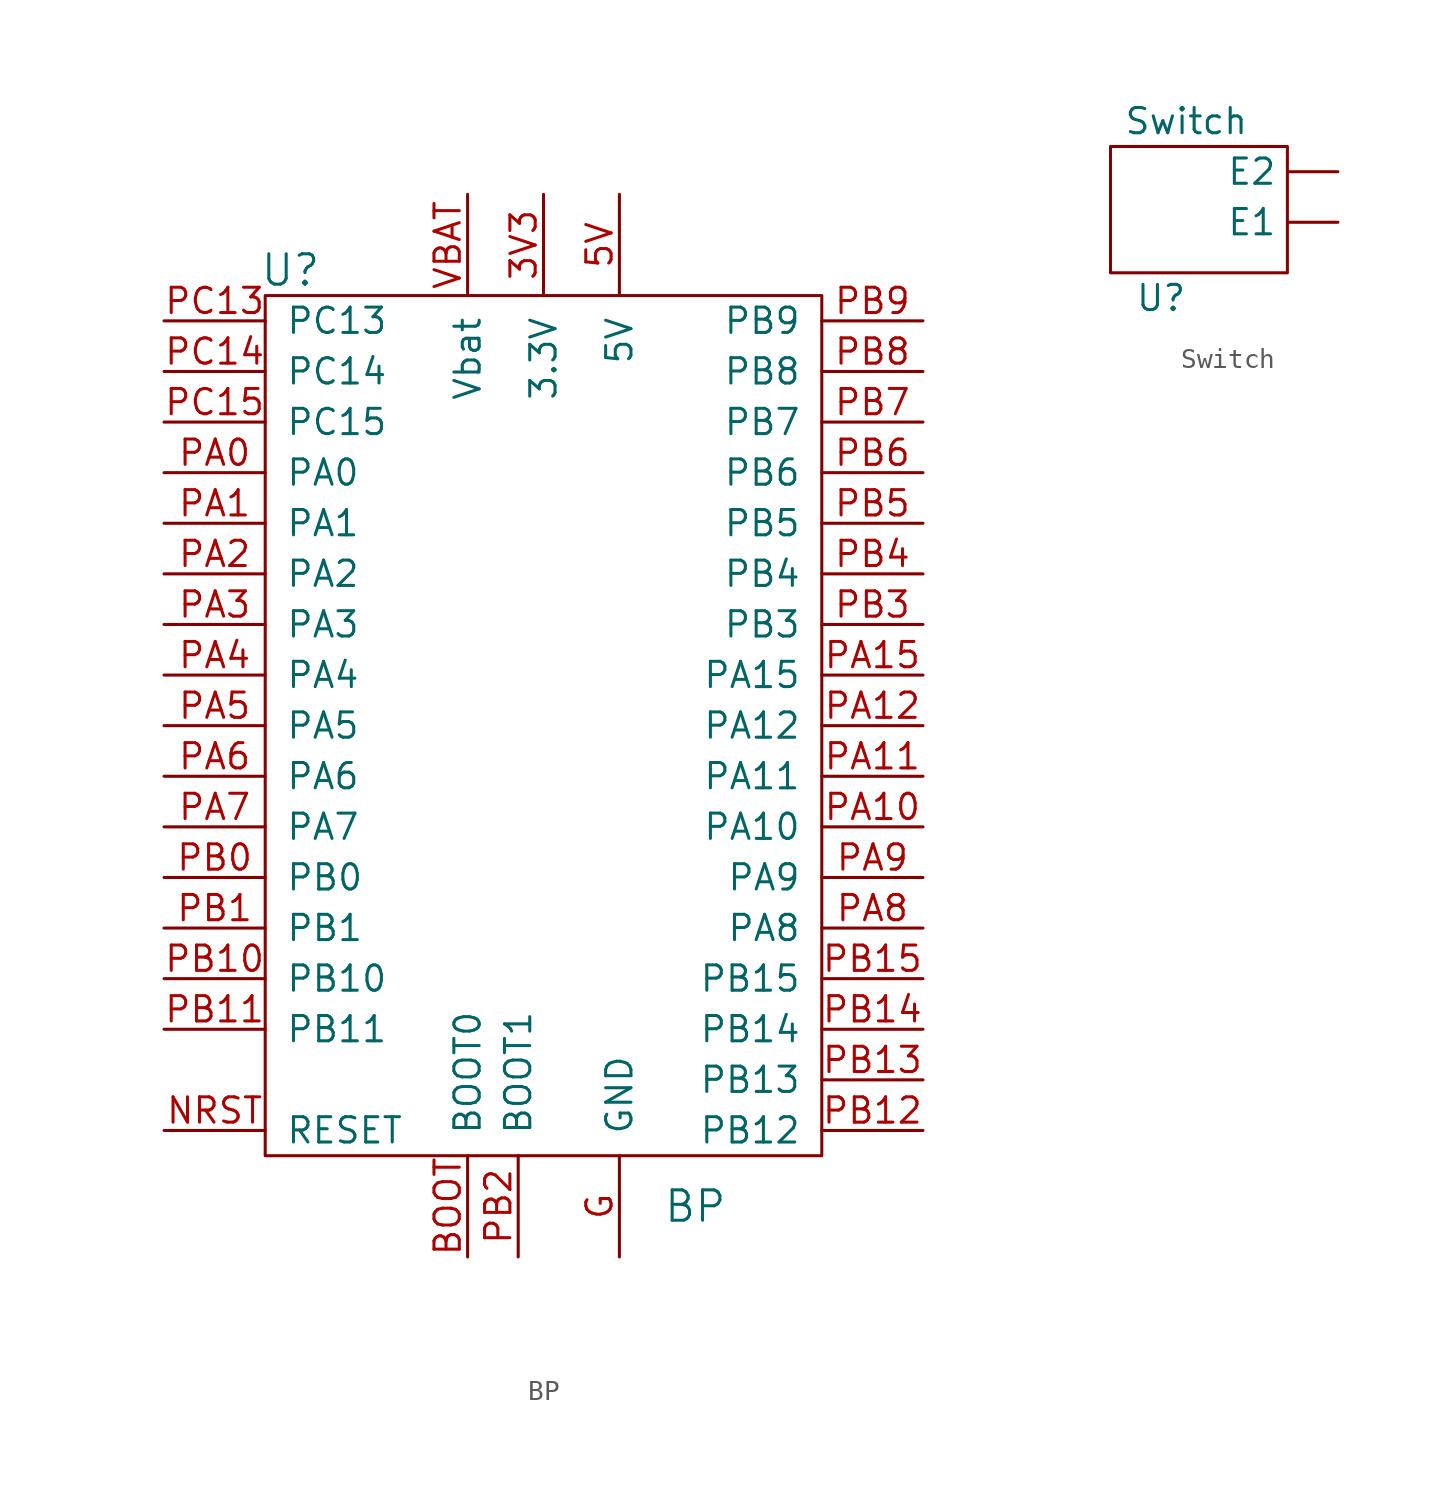
<source format=kicad_sym>
(kicad_symbol_lib
  (version 20211014)
  (generator kicad_symbol_editor)
  (symbol "BP"
    (pin_names
      (offset 1.016))
    (property "Reference" "U"
      (at -12.7 22.86 0)
      (effects (font (size 1.524 1.524))))
    (property "Value" "BP"
      (at 7.62 -24.13 0)
      (effects (font (size 1.524 1.524))))
    (symbol "BP_0_1"
      (rectangle (start -13.97 21.59) (end 13.97 -21.59) (stroke (width 0) (type default) (color 0 0 0 0)) (fill (type none))))
    (symbol "BP_1_1"
      (pin power_out line (at 0 26.67 270) (length 5.08) (name "3.3V" (effects (font (size 1.27 1.27)))) (number "3V3" (effects (font (size 1.27 1.27)))))
      (pin power_out line (at 3.81 26.67 270) (length 5.08) (name "5V" (effects (font (size 1.27 1.27)))) (number "5V" (effects (font (size 1.27 1.27)))))
      (pin input line (at -3.81 -26.67 90) (length 5.08) (name "BOOT0" (effects (font (size 1.27 1.27)))) (number "BOOT" (effects (font (size 1.27 1.27)))))
      (pin power_out line (at 3.81 -26.67 90) (length 5.08) (name "GND" (effects (font (size 1.27 1.27)))) (number "G" (effects (font (size 1.27 1.27)))))
      (pin input line (at -19.05 -20.32 0) (length 5.08) (name "RESET" (effects (font (size 1.27 1.27)))) (number "NRST" (effects (font (size 1.27 1.27)))))
      (pin bidirectional line (at -19.05 12.7 0) (length 5.08) (name "PA0" (effects (font (size 1.27 1.27)))) (number "PA0" (effects (font (size 1.27 1.27)))))
      (pin bidirectional line (at -19.05 10.16 0) (length 5.08) (name "PA1" (effects (font (size 1.27 1.27)))) (number "PA1" (effects (font (size 1.27 1.27)))))
      (pin bidirectional line (at 19.05 -5.08 180) (length 5.08) (name "PA10" (effects (font (size 1.27 1.27)))) (number "PA10" (effects (font (size 1.27 1.27)))))
      (pin bidirectional line (at 19.05 -2.54 180) (length 5.08) (name "PA11" (effects (font (size 1.27 1.27)))) (number "PA11" (effects (font (size 1.27 1.27)))))
      (pin bidirectional line (at 19.05 0 180) (length 5.08) (name "PA12" (effects (font (size 1.27 1.27)))) (number "PA12" (effects (font (size 1.27 1.27)))))
      (pin bidirectional line (at 19.05 2.54 180) (length 5.08) (name "PA15" (effects (font (size 1.27 1.27)))) (number "PA15" (effects (font (size 1.27 1.27)))))
      (pin bidirectional line (at -19.05 7.62 0) (length 5.08) (name "PA2" (effects (font (size 1.27 1.27)))) (number "PA2" (effects (font (size 1.27 1.27)))))
      (pin bidirectional line (at -19.05 5.08 0) (length 5.08) (name "PA3" (effects (font (size 1.27 1.27)))) (number "PA3" (effects (font (size 1.27 1.27)))))
      (pin bidirectional line (at -19.05 2.54 0) (length 5.08) (name "PA4" (effects (font (size 1.27 1.27)))) (number "PA4" (effects (font (size 1.27 1.27)))))
      (pin bidirectional line (at -19.05 0 0) (length 5.08) (name "PA5" (effects (font (size 1.27 1.27)))) (number "PA5" (effects (font (size 1.27 1.27)))))
      (pin bidirectional line (at -19.05 -2.54 0) (length 5.08) (name "PA6" (effects (font (size 1.27 1.27)))) (number "PA6" (effects (font (size 1.27 1.27)))))
      (pin bidirectional line (at -19.05 -5.08 0) (length 5.08) (name "PA7" (effects (font (size 1.27 1.27)))) (number "PA7" (effects (font (size 1.27 1.27)))))
      (pin bidirectional line (at 19.05 -10.16 180) (length 5.08) (name "PA8" (effects (font (size 1.27 1.27)))) (number "PA8" (effects (font (size 1.27 1.27)))))
      (pin bidirectional line (at 19.05 -7.62 180) (length 5.08) (name "PA9" (effects (font (size 1.27 1.27)))) (number "PA9" (effects (font (size 1.27 1.27)))))
      (pin bidirectional line (at -19.05 -7.62 0) (length 5.08) (name "PB0" (effects (font (size 1.27 1.27)))) (number "PB0" (effects (font (size 1.27 1.27)))))
      (pin bidirectional line (at -19.05 -10.16 0) (length 5.08) (name "PB1" (effects (font (size 1.27 1.27)))) (number "PB1" (effects (font (size 1.27 1.27)))))
      (pin bidirectional line (at -19.05 -12.7 0) (length 5.08) (name "PB10" (effects (font (size 1.27 1.27)))) (number "PB10" (effects (font (size 1.27 1.27)))))
      (pin bidirectional line (at -19.05 -15.24 0) (length 5.08) (name "PB11" (effects (font (size 1.27 1.27)))) (number "PB11" (effects (font (size 1.27 1.27)))))
      (pin bidirectional line (at 19.05 -20.32 180) (length 5.08) (name "PB12" (effects (font (size 1.27 1.27)))) (number "PB12" (effects (font (size 1.27 1.27)))))
      (pin bidirectional line (at 19.05 -17.78 180) (length 5.08) (name "PB13" (effects (font (size 1.27 1.27)))) (number "PB13" (effects (font (size 1.27 1.27)))))
      (pin bidirectional line (at 19.05 -15.24 180) (length 5.08) (name "PB14" (effects (font (size 1.27 1.27)))) (number "PB14" (effects (font (size 1.27 1.27)))))
      (pin bidirectional line (at 19.05 -12.7 180) (length 5.08) (name "PB15" (effects (font (size 1.27 1.27)))) (number "PB15" (effects (font (size 1.27 1.27)))))
      (pin input line (at -1.27 -26.67 90) (length 5.08) (name "BOOT1" (effects (font (size 1.27 1.27)))) (number "PB2" (effects (font (size 1.27 1.27)))))
      (pin bidirectional line (at 19.05 5.08 180) (length 5.08) (name "PB3" (effects (font (size 1.27 1.27)))) (number "PB3" (effects (font (size 1.27 1.27)))))
      (pin bidirectional line (at 19.05 7.62 180) (length 5.08) (name "PB4" (effects (font (size 1.27 1.27)))) (number "PB4" (effects (font (size 1.27 1.27)))))
      (pin bidirectional line (at 19.05 10.16 180) (length 5.08) (name "PB5" (effects (font (size 1.27 1.27)))) (number "PB5" (effects (font (size 1.27 1.27)))))
      (pin bidirectional line (at 19.05 12.7 180) (length 5.08) (name "PB6" (effects (font (size 1.27 1.27)))) (number "PB6" (effects (font (size 1.27 1.27)))))
      (pin bidirectional line (at 19.05 15.24 180) (length 5.08) (name "PB7" (effects (font (size 1.27 1.27)))) (number "PB7" (effects (font (size 1.27 1.27)))))
      (pin bidirectional line (at 19.05 17.78 180) (length 5.08) (name "PB8" (effects (font (size 1.27 1.27)))) (number "PB8" (effects (font (size 1.27 1.27)))))
      (pin bidirectional line (at 19.05 20.32 180) (length 5.08) (name "PB9" (effects (font (size 1.27 1.27)))) (number "PB9" (effects (font (size 1.27 1.27)))))
      (pin bidirectional line (at -19.05 20.32 0) (length 5.08) (name "PC13" (effects (font (size 1.27 1.27)))) (number "PC13" (effects (font (size 1.27 1.27)))))
      (pin bidirectional line (at -19.05 17.78 0) (length 5.08) (name "PC14" (effects (font (size 1.27 1.27)))) (number "PC14" (effects (font (size 1.27 1.27)))))
      (pin bidirectional line (at -19.05 15.24 0) (length 5.08) (name "PC15" (effects (font (size 1.27 1.27)))) (number "PC15" (effects (font (size 1.27 1.27)))))
      (pin power_in line (at -3.81 26.67 270) (length 5.08) (name "Vbat" (effects (font (size 1.27 1.27)))) (number "VBAT" (effects (font (size 1.27 1.27)))))))
  (symbol "Switch"
    (property "Reference" "U"
      (at -1.27 -7.62 0)
      (effects (font (size 1.27 1.27))))
    (property "Value" "Switch"
      (at 0 1.27 0)
      (effects (font (size 1.27 1.27))))
    (symbol "Switch_0_1"
      (rectangle (start -3.81 0) (end 5.08 -6.35) (stroke (width 0) (type default) (color 0 0 0 0)) (fill (type none))))
    (symbol "Switch_1_1"
      (pin input line (at 7.62 -3.81 180) (length 2.54) (name "E1" (effects (font (size 1.27 1.27)))) (number "" (effects (font (size 1.27 1.27)))))
      (pin input line (at 7.62 -1.27 180) (length 2.54) (name "E2" (effects (font (size 1.27 1.27)))) (number "" (effects (font (size 1.27 1.27))))))))
</source>
